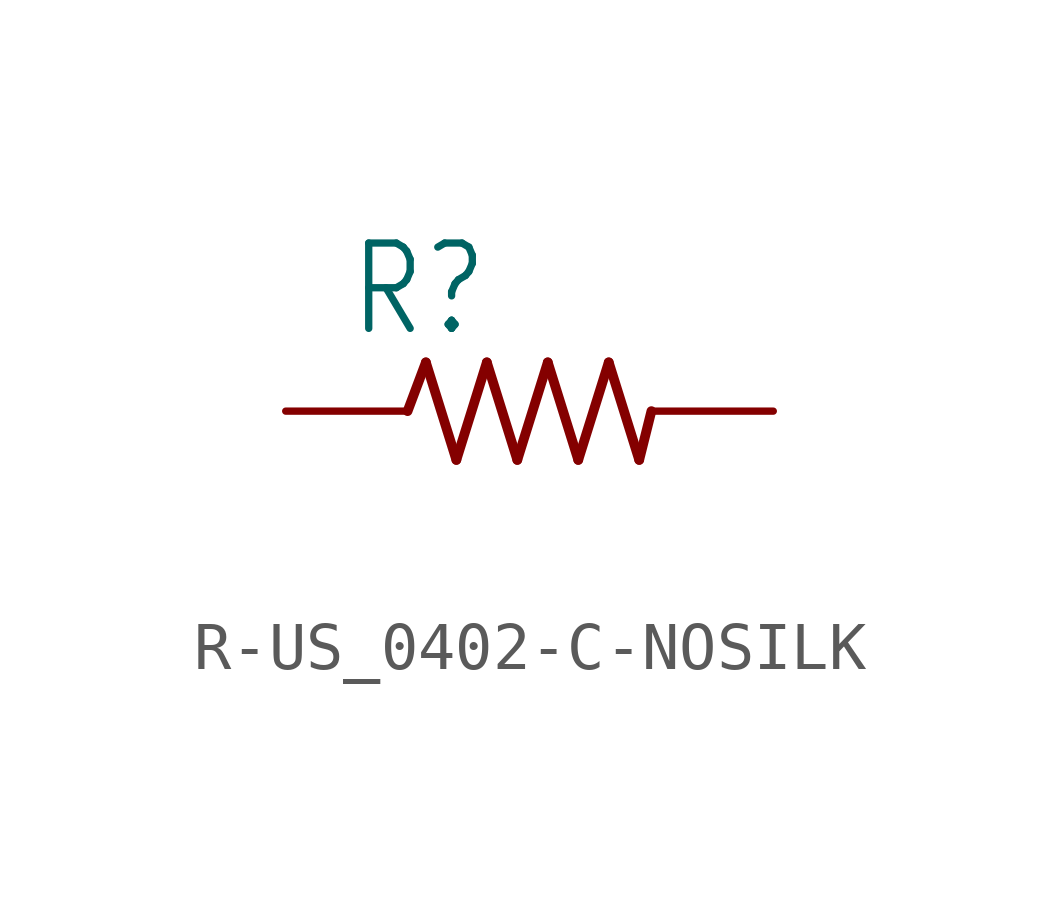
<source format=kicad_sym>
(kicad_symbol_lib
  (version 20241209)
  (generator "kicad_symbol_editor")
  (generator_version "9.0")
  (symbol "R-US_0402-C-NOSILK"
    (property "Reference" "R"
      (at -3.81 1.499 0)
      (effects (font (size 1.778 1.511)) (justify left bottom)))
    (property "Value" ""
      (at -3.81 -3.302 0)
      (effects (font (size 1.778 1.511)) (justify left bottom)))
    (property "ki_locked" ""
      (at 0 0 0)
      (effects (font (size 1.27 1.27))))
    (symbol "R-US_0402-C-NOSILK_1_0"
      (polyline (pts (xy -2.54 0) (xy -2.159 1.016)) (stroke (width 0.203) (type solid)) (fill (type none)))
      (polyline (pts (xy -2.159 1.016) (xy -1.524 -1.016)) (stroke (width 0.203) (type solid)) (fill (type none)))
      (polyline (pts (xy -1.524 -1.016) (xy -0.889 1.016)) (stroke (width 0.203) (type solid)) (fill (type none)))
      (polyline (pts (xy -0.889 1.016) (xy -0.254 -1.016)) (stroke (width 0.203) (type solid)) (fill (type none)))
      (polyline (pts (xy -0.254 -1.016) (xy 0.381 1.016)) (stroke (width 0.203) (type solid)) (fill (type none)))
      (polyline (pts (xy 0.381 1.016) (xy 1.016 -1.016)) (stroke (width 0.203) (type solid)) (fill (type none)))
      (polyline (pts (xy 1.016 -1.016) (xy 1.651 1.016)) (stroke (width 0.203) (type solid)) (fill (type none)))
      (polyline (pts (xy 1.651 1.016) (xy 2.286 -1.016)) (stroke (width 0.203) (type solid)) (fill (type none)))
      (polyline (pts (xy 2.286 -1.016) (xy 2.54 0)) (stroke (width 0.203) (type solid)) (fill (type none)))
      (pin passive line (at -5.08 0 0) (length 2.54) (name "1" (effects (font (size 0 0)))) (number "1" (effects (font (size 0 0)))))
      (pin passive line (at 5.08 0 180) (length 2.54) (name "2" (effects (font (size 0 0)))) (number "2" (effects (font (size 0 0))))))))
</source>
